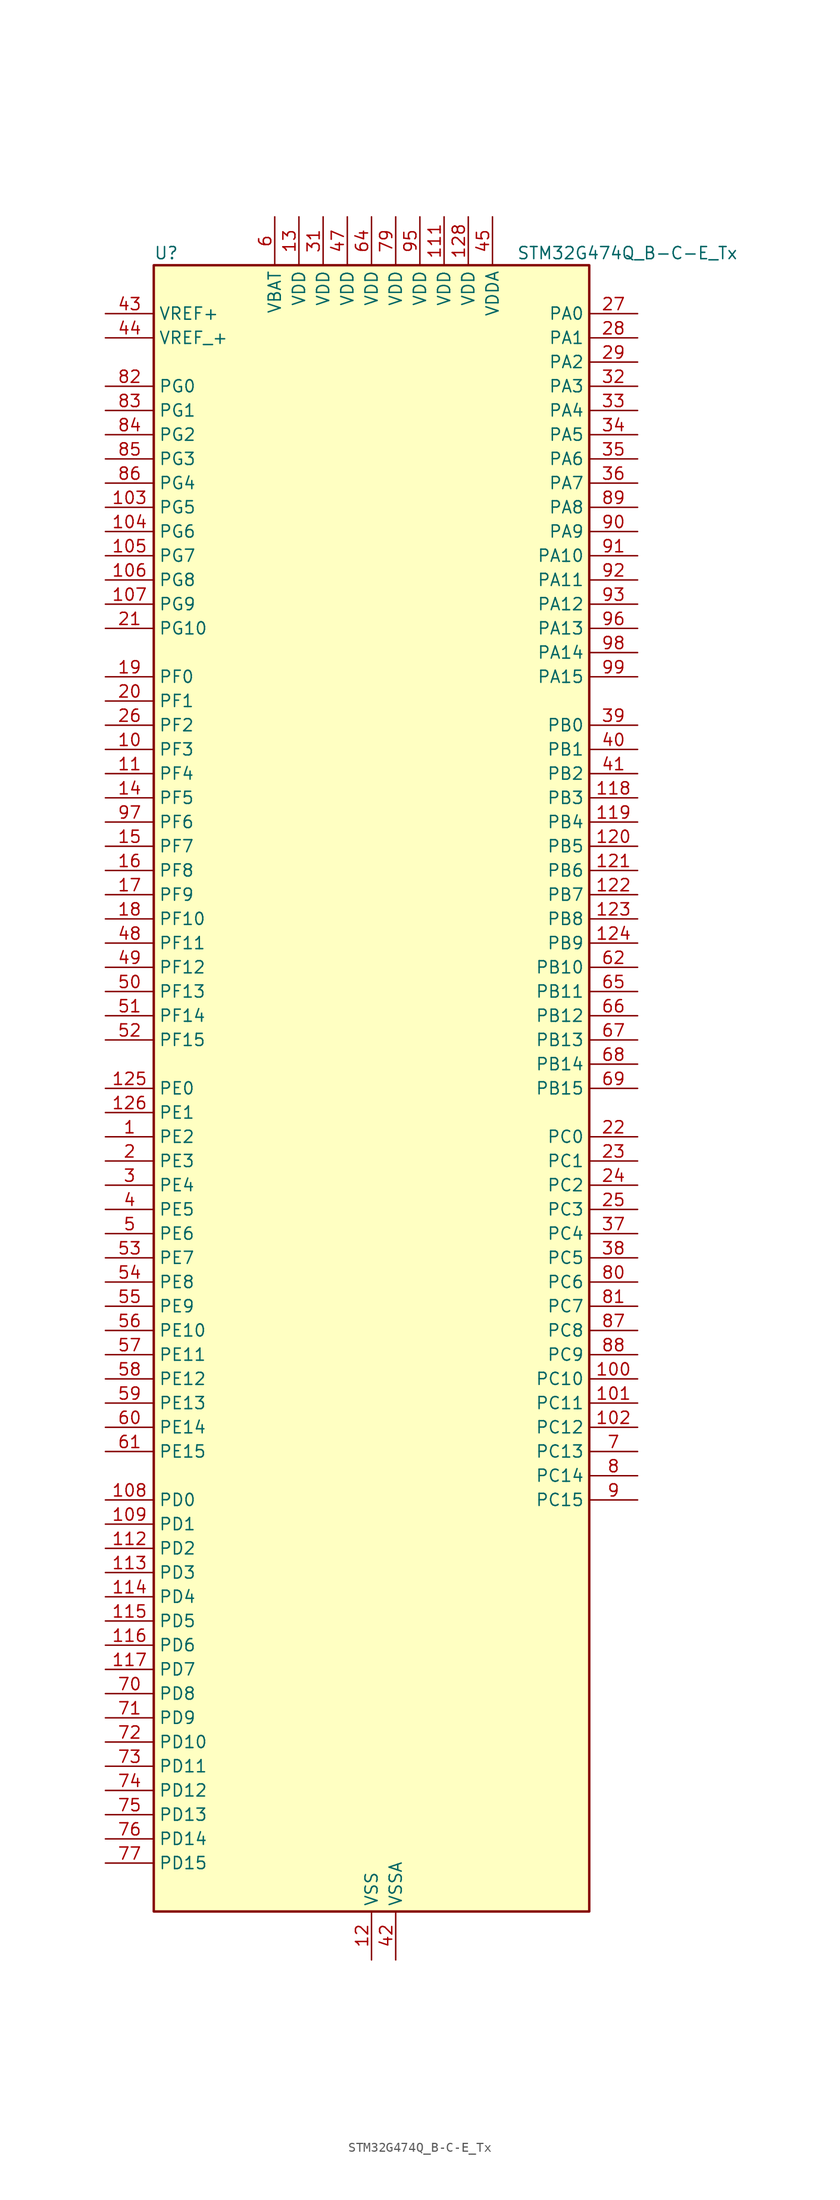
<source format=kicad_sym>
(kicad_symbol_lib
  (version 20241209)
  (generator "kicad_symbol_editor")
  (generator_version "9.0")
  (symbol "STM32G474Q_B-C-E_Tx"
    (property "Reference" "U"
      (at -22.86 87.63 0)
      (effects (font (size 1.27 1.27)) (justify left)))
    (property "Value" "STM32G474Q_B-C-E_Tx"
      (at 15.24 87.63 0)
      (effects (font (size 1.27 1.27)) (justify left)))
    (symbol "STM32G474Q_B-C-E_Tx_0_1"
      (rectangle (start -22.86 -86.36) (end 22.86 86.36) (stroke (width 0.254) (type default)) (fill (type background))))
    (symbol "STM32G474Q_B-C-E_Tx_1_1"
      (pin input line (at -27.94 81.28 0) (length 5.08) (name "VREF+" (effects (font (size 1.27 1.27)))) (number "43" (effects (font (size 1.27 1.27)))) (alternate "VREFBUF_OUT1" bidirectional line))
      (pin input line (at -27.94 78.74 0) (length 5.08) (name "VREF_+" (effects (font (size 1.27 1.27)))) (number "44" (effects (font (size 1.27 1.27)))) (alternate "VREFBUF_OUT2" bidirectional line))
      (pin bidirectional line (at -27.94 73.66 0) (length 5.08) (name "PG0" (effects (font (size 1.27 1.27)))) (number "82" (effects (font (size 1.27 1.27)))) (alternate "FMC_A10" bidirectional line) (alternate "TIM20_CH1N" bidirectional line))
      (pin bidirectional line (at -27.94 71.12 0) (length 5.08) (name "PG1" (effects (font (size 1.27 1.27)))) (number "83" (effects (font (size 1.27 1.27)))) (alternate "FMC_A11" bidirectional line) (alternate "TIM20_CH2N" bidirectional line))
      (pin bidirectional line (at -27.94 68.58 0) (length 5.08) (name "PG2" (effects (font (size 1.27 1.27)))) (number "84" (effects (font (size 1.27 1.27)))) (alternate "ADC3_EXTI2" bidirectional line) (alternate "ADC4_EXTI2" bidirectional line) (alternate "ADC5_EXTI2" bidirectional line) (alternate "FMC_A12" bidirectional line) (alternate "SPI1_SCK" bidirectional line) (alternate "TIM20_CH3N" bidirectional line))
      (pin bidirectional line (at -27.94 66.04 0) (length 5.08) (name "PG3" (effects (font (size 1.27 1.27)))) (number "85" (effects (font (size 1.27 1.27)))) (alternate "ADC3_EXTI3" bidirectional line) (alternate "ADC4_EXTI3" bidirectional line) (alternate "ADC5_EXTI3" bidirectional line) (alternate "FMC_A13" bidirectional line) (alternate "I2C4_SCL" bidirectional line) (alternate "SPI1_MISO" bidirectional line) (alternate "TIM20_BKIN" bidirectional line) (alternate "TIM20_CH4N" bidirectional line))
      (pin bidirectional line (at -27.94 63.5 0) (length 5.08) (name "PG4" (effects (font (size 1.27 1.27)))) (number "86" (effects (font (size 1.27 1.27)))) (alternate "FMC_A14" bidirectional line) (alternate "I2C4_SDA" bidirectional line) (alternate "SPI1_MOSI" bidirectional line) (alternate "TIM20_BKIN2" bidirectional line))
      (pin bidirectional line (at -27.94 60.96 0) (length 5.08) (name "PG5" (effects (font (size 1.27 1.27)))) (number "103" (effects (font (size 1.27 1.27)))) (alternate "FMC_A15" bidirectional line) (alternate "LPUART1_CTS" bidirectional line) (alternate "SPI1_NSS" bidirectional line) (alternate "TIM20_ETR" bidirectional line))
      (pin bidirectional line (at -27.94 58.42 0) (length 5.08) (name "PG6" (effects (font (size 1.27 1.27)))) (number "104" (effects (font (size 1.27 1.27)))) (alternate "FMC_INT" bidirectional line) (alternate "I2C3_SMBA" bidirectional line) (alternate "LPUART1_DE" bidirectional line) (alternate "LPUART1_RTS" bidirectional line) (alternate "TIM20_BKIN" bidirectional line))
      (pin bidirectional line (at -27.94 55.88 0) (length 5.08) (name "PG7" (effects (font (size 1.27 1.27)))) (number "105" (effects (font (size 1.27 1.27)))) (alternate "FMC_INT" bidirectional line) (alternate "I2C3_SCL" bidirectional line) (alternate "LPUART1_TX" bidirectional line) (alternate "SAI1_CK1" bidirectional line) (alternate "SAI1_MCLK_A" bidirectional line))
      (pin bidirectional line (at -27.94 53.34 0) (length 5.08) (name "PG8" (effects (font (size 1.27 1.27)))) (number "106" (effects (font (size 1.27 1.27)))) (alternate "FMC_NE3" bidirectional line) (alternate "I2C3_SDA" bidirectional line) (alternate "LPUART1_RX" bidirectional line))
      (pin bidirectional line (at -27.94 50.8 0) (length 5.08) (name "PG9" (effects (font (size 1.27 1.27)))) (number "107" (effects (font (size 1.27 1.27)))) (alternate "DAC1_EXTI9" bidirectional line) (alternate "DAC2_EXTI9" bidirectional line) (alternate "DAC3_EXTI9" bidirectional line) (alternate "DAC4_EXTI9" bidirectional line) (alternate "FMC_NCE" bidirectional line) (alternate "FMC_NE2" bidirectional line) (alternate "SPI3_SCK" bidirectional line) (alternate "TIM15_CH1N" bidirectional line) (alternate "USART1_TX" bidirectional line))
      (pin bidirectional line (at -27.94 48.26 0) (length 5.08) (name "PG10" (effects (font (size 1.27 1.27)))) (number "21" (effects (font (size 1.27 1.27)))) (alternate "DAC1_EXTI10" bidirectional line) (alternate "DAC2_EXTI10" bidirectional line) (alternate "DAC3_EXTI10" bidirectional line) (alternate "DAC4_EXTI10" bidirectional line) (alternate "RCC_MCO" bidirectional line))
      (pin bidirectional line (at -27.94 43.18 0) (length 5.08) (name "PF0" (effects (font (size 1.27 1.27)))) (number "19" (effects (font (size 1.27 1.27)))) (alternate "ADC1_IN10" bidirectional line) (alternate "I2C2_SDA" bidirectional line) (alternate "I2S2_WS" bidirectional line) (alternate "RCC_OSC_IN" bidirectional line) (alternate "SPI2_NSS" bidirectional line) (alternate "TIM1_CH3N" bidirectional line))
      (pin bidirectional line (at -27.94 40.64 0) (length 5.08) (name "PF1" (effects (font (size 1.27 1.27)))) (number "20" (effects (font (size 1.27 1.27)))) (alternate "ADC2_IN10" bidirectional line) (alternate "COMP3_INM" bidirectional line) (alternate "I2S2_CK" bidirectional line) (alternate "RCC_OSC_OUT" bidirectional line) (alternate "SPI2_SCK" bidirectional line))
      (pin bidirectional line (at -27.94 38.1 0) (length 5.08) (name "PF2" (effects (font (size 1.27 1.27)))) (number "26" (effects (font (size 1.27 1.27)))) (alternate "ADC3_EXTI2" bidirectional line) (alternate "ADC4_EXTI2" bidirectional line) (alternate "ADC5_EXTI2" bidirectional line) (alternate "FMC_A2" bidirectional line) (alternate "I2C2_SMBA" bidirectional line) (alternate "TIM20_CH3" bidirectional line))
      (pin bidirectional line (at -27.94 35.56 0) (length 5.08) (name "PF3" (effects (font (size 1.27 1.27)))) (number "10" (effects (font (size 1.27 1.27)))) (alternate "ADC3_EXTI3" bidirectional line) (alternate "ADC4_EXTI3" bidirectional line) (alternate "ADC5_EXTI3" bidirectional line) (alternate "FMC_A3" bidirectional line) (alternate "I2C3_SCL" bidirectional line) (alternate "TIM20_CH4" bidirectional line))
      (pin bidirectional line (at -27.94 33.02 0) (length 5.08) (name "PF4" (effects (font (size 1.27 1.27)))) (number "11" (effects (font (size 1.27 1.27)))) (alternate "COMP1_OUT" bidirectional line) (alternate "FMC_A4" bidirectional line) (alternate "I2C3_SDA" bidirectional line) (alternate "TIM20_CH1N" bidirectional line))
      (pin bidirectional line (at -27.94 30.48 0) (length 5.08) (name "PF5" (effects (font (size 1.27 1.27)))) (number "14" (effects (font (size 1.27 1.27)))) (alternate "FMC_A5" bidirectional line) (alternate "TIM20_CH2N" bidirectional line))
      (pin bidirectional line (at -27.94 27.94 0) (length 5.08) (name "PF6" (effects (font (size 1.27 1.27)))) (number "97" (effects (font (size 1.27 1.27)))) (alternate "I2C2_SCL" bidirectional line) (alternate "QUADSPI1_BK1_IO3" bidirectional line) (alternate "SAI1_SD_B" bidirectional line) (alternate "TIM4_CH4" bidirectional line) (alternate "TIM5_CH1" bidirectional line) (alternate "TIM5_ETR" bidirectional line) (alternate "USART3_RTS" bidirectional line))
      (pin bidirectional line (at -27.94 25.4 0) (length 5.08) (name "PF7" (effects (font (size 1.27 1.27)))) (number "15" (effects (font (size 1.27 1.27)))) (alternate "FMC_A1" bidirectional line) (alternate "QUADSPI1_BK1_IO2" bidirectional line) (alternate "SAI1_MCLK_B" bidirectional line) (alternate "TIM20_BKIN" bidirectional line) (alternate "TIM5_CH2" bidirectional line))
      (pin bidirectional line (at -27.94 22.86 0) (length 5.08) (name "PF8" (effects (font (size 1.27 1.27)))) (number "16" (effects (font (size 1.27 1.27)))) (alternate "FMC_A24" bidirectional line) (alternate "QUADSPI1_BK1_IO0" bidirectional line) (alternate "SAI1_SCK_B" bidirectional line) (alternate "TIM20_BKIN2" bidirectional line) (alternate "TIM5_CH3" bidirectional line))
      (pin bidirectional line (at -27.94 20.32 0) (length 5.08) (name "PF9" (effects (font (size 1.27 1.27)))) (number "17" (effects (font (size 1.27 1.27)))) (alternate "DAC1_EXTI9" bidirectional line) (alternate "DAC2_EXTI9" bidirectional line) (alternate "DAC3_EXTI9" bidirectional line) (alternate "DAC4_EXTI9" bidirectional line) (alternate "FMC_A25" bidirectional line) (alternate "QUADSPI1_BK1_IO1" bidirectional line) (alternate "SAI1_FS_B" bidirectional line) (alternate "SPI2_SCK" bidirectional line) (alternate "TIM15_CH1" bidirectional line) (alternate "TIM20_BKIN" bidirectional line) (alternate "TIM5_CH4" bidirectional line))
      (pin bidirectional line (at -27.94 17.78 0) (length 5.08) (name "PF10" (effects (font (size 1.27 1.27)))) (number "18" (effects (font (size 1.27 1.27)))) (alternate "DAC1_EXTI10" bidirectional line) (alternate "DAC2_EXTI10" bidirectional line) (alternate "DAC3_EXTI10" bidirectional line) (alternate "DAC4_EXTI10" bidirectional line) (alternate "FMC_A0" bidirectional line) (alternate "QUADSPI1_CLK" bidirectional line) (alternate "SAI1_D3" bidirectional line) (alternate "SPI2_SCK" bidirectional line) (alternate "TIM15_CH2" bidirectional line) (alternate "TIM20_BKIN2" bidirectional line))
      (pin bidirectional line (at -27.94 15.24 0) (length 5.08) (name "PF11" (effects (font (size 1.27 1.27)))) (number "48" (effects (font (size 1.27 1.27)))) (alternate "ADC1_EXTI11" bidirectional line) (alternate "ADC2_EXTI11" bidirectional line) (alternate "FMC_NE4" bidirectional line) (alternate "TIM20_ETR" bidirectional line))
      (pin bidirectional line (at -27.94 12.7 0) (length 5.08) (name "PF12" (effects (font (size 1.27 1.27)))) (number "49" (effects (font (size 1.27 1.27)))) (alternate "FMC_A6" bidirectional line) (alternate "TIM20_CH1" bidirectional line))
      (pin bidirectional line (at -27.94 10.16 0) (length 5.08) (name "PF13" (effects (font (size 1.27 1.27)))) (number "50" (effects (font (size 1.27 1.27)))) (alternate "FMC_A7" bidirectional line) (alternate "I2C4_SMBA" bidirectional line) (alternate "TIM20_CH2" bidirectional line))
      (pin bidirectional line (at -27.94 7.62 0) (length 5.08) (name "PF14" (effects (font (size 1.27 1.27)))) (number "51" (effects (font (size 1.27 1.27)))) (alternate "FMC_A8" bidirectional line) (alternate "I2C4_SCL" bidirectional line) (alternate "TIM20_CH3" bidirectional line))
      (pin bidirectional line (at -27.94 5.08 0) (length 5.08) (name "PF15" (effects (font (size 1.27 1.27)))) (number "52" (effects (font (size 1.27 1.27)))) (alternate "ADC1_EXTI15" bidirectional line) (alternate "ADC2_EXTI15" bidirectional line) (alternate "FMC_A9" bidirectional line) (alternate "I2C4_SDA" bidirectional line) (alternate "TIM20_CH4" bidirectional line))
      (pin bidirectional line (at -27.94 0 0) (length 5.08) (name "PE0" (effects (font (size 1.27 1.27)))) (number "125" (effects (font (size 1.27 1.27)))) (alternate "FMC_NBL0" bidirectional line) (alternate "TIM16_CH1" bidirectional line) (alternate "TIM20_CH4N" bidirectional line) (alternate "TIM20_ETR" bidirectional line) (alternate "TIM4_ETR" bidirectional line) (alternate "USART1_TX" bidirectional line))
      (pin bidirectional line (at -27.94 -2.54 0) (length 5.08) (name "PE1" (effects (font (size 1.27 1.27)))) (number "126" (effects (font (size 1.27 1.27)))) (alternate "FMC_NBL1" bidirectional line) (alternate "TIM17_CH1" bidirectional line) (alternate "TIM20_CH4" bidirectional line) (alternate "USART1_RX" bidirectional line))
      (pin bidirectional line (at -27.94 -5.08 0) (length 5.08) (name "PE2" (effects (font (size 1.27 1.27)))) (number "1" (effects (font (size 1.27 1.27)))) (alternate "ADC3_EXTI2" bidirectional line) (alternate "ADC4_EXTI2" bidirectional line) (alternate "ADC5_EXTI2" bidirectional line) (alternate "FMC_A23" bidirectional line) (alternate "SAI1_CK1" bidirectional line) (alternate "SAI1_MCLK_A" bidirectional line) (alternate "SPI4_SCK" bidirectional line) (alternate "SYS_TRACECLK" bidirectional line) (alternate "TIM20_CH1" bidirectional line) (alternate "TIM3_CH1" bidirectional line))
      (pin bidirectional line (at -27.94 -7.62 0) (length 5.08) (name "PE3" (effects (font (size 1.27 1.27)))) (number "2" (effects (font (size 1.27 1.27)))) (alternate "ADC3_EXTI3" bidirectional line) (alternate "ADC4_EXTI3" bidirectional line) (alternate "ADC5_EXTI3" bidirectional line) (alternate "FMC_A19" bidirectional line) (alternate "SAI1_SD_B" bidirectional line) (alternate "SPI4_NSS" bidirectional line) (alternate "SYS_TRACED0" bidirectional line) (alternate "TIM20_CH2" bidirectional line) (alternate "TIM3_CH2" bidirectional line))
      (pin bidirectional line (at -27.94 -10.16 0) (length 5.08) (name "PE4" (effects (font (size 1.27 1.27)))) (number "3" (effects (font (size 1.27 1.27)))) (alternate "FMC_A20" bidirectional line) (alternate "SAI1_D2" bidirectional line) (alternate "SAI1_FS_A" bidirectional line) (alternate "SPI4_NSS" bidirectional line) (alternate "SYS_TRACED1" bidirectional line) (alternate "TIM20_CH1N" bidirectional line) (alternate "TIM3_CH3" bidirectional line))
      (pin bidirectional line (at -27.94 -12.7 0) (length 5.08) (name "PE5" (effects (font (size 1.27 1.27)))) (number "4" (effects (font (size 1.27 1.27)))) (alternate "FMC_A21" bidirectional line) (alternate "SAI1_CK2" bidirectional line) (alternate "SAI1_SCK_A" bidirectional line) (alternate "SPI4_MISO" bidirectional line) (alternate "SYS_TRACED2" bidirectional line) (alternate "TIM20_CH2N" bidirectional line) (alternate "TIM3_CH4" bidirectional line))
      (pin bidirectional line (at -27.94 -15.24 0) (length 5.08) (name "PE6" (effects (font (size 1.27 1.27)))) (number "5" (effects (font (size 1.27 1.27)))) (alternate "FMC_A22" bidirectional line) (alternate "RTC_TAMP3" bidirectional line) (alternate "SAI1_D1" bidirectional line) (alternate "SAI1_SD_A" bidirectional line) (alternate "SPI4_MOSI" bidirectional line) (alternate "SYS_TRACED3" bidirectional line) (alternate "SYS_WKUP3" bidirectional line) (alternate "TIM20_CH3N" bidirectional line))
      (pin bidirectional line (at -27.94 -17.78 0) (length 5.08) (name "PE7" (effects (font (size 1.27 1.27)))) (number "53" (effects (font (size 1.27 1.27)))) (alternate "ADC3_IN4" bidirectional line) (alternate "COMP4_INP" bidirectional line) (alternate "FMC_D4" bidirectional line) (alternate "FMC_DA4" bidirectional line) (alternate "SAI1_SD_B" bidirectional line) (alternate "TIM1_ETR" bidirectional line))
      (pin bidirectional line (at -27.94 -20.32 0) (length 5.08) (name "PE8" (effects (font (size 1.27 1.27)))) (number "54" (effects (font (size 1.27 1.27)))) (alternate "ADC3_IN6" bidirectional line) (alternate "ADC4_IN6" bidirectional line) (alternate "ADC5_IN6" bidirectional line) (alternate "COMP4_INM" bidirectional line) (alternate "FMC_D5" bidirectional line) (alternate "FMC_DA5" bidirectional line) (alternate "SAI1_SCK_B" bidirectional line) (alternate "TIM1_CH1N" bidirectional line) (alternate "TIM5_CH3" bidirectional line))
      (pin bidirectional line (at -27.94 -22.86 0) (length 5.08) (name "PE9" (effects (font (size 1.27 1.27)))) (number "55" (effects (font (size 1.27 1.27)))) (alternate "ADC3_IN2" bidirectional line) (alternate "DAC1_EXTI9" bidirectional line) (alternate "DAC2_EXTI9" bidirectional line) (alternate "DAC3_EXTI9" bidirectional line) (alternate "DAC4_EXTI9" bidirectional line) (alternate "FMC_D6" bidirectional line) (alternate "FMC_DA6" bidirectional line) (alternate "SAI1_FS_B" bidirectional line) (alternate "TIM1_CH1" bidirectional line) (alternate "TIM5_CH4" bidirectional line))
      (pin bidirectional line (at -27.94 -25.4 0) (length 5.08) (name "PE10" (effects (font (size 1.27 1.27)))) (number "56" (effects (font (size 1.27 1.27)))) (alternate "ADC3_IN14" bidirectional line) (alternate "ADC4_IN14" bidirectional line) (alternate "ADC5_IN14" bidirectional line) (alternate "DAC1_EXTI10" bidirectional line) (alternate "DAC2_EXTI10" bidirectional line) (alternate "DAC3_EXTI10" bidirectional line) (alternate "DAC4_EXTI10" bidirectional line) (alternate "FMC_D7" bidirectional line) (alternate "FMC_DA7" bidirectional line) (alternate "QUADSPI1_CLK" bidirectional line) (alternate "SAI1_MCLK_B" bidirectional line) (alternate "TIM1_CH2N" bidirectional line))
      (pin bidirectional line (at -27.94 -27.94 0) (length 5.08) (name "PE11" (effects (font (size 1.27 1.27)))) (number "57" (effects (font (size 1.27 1.27)))) (alternate "ADC1_EXTI11" bidirectional line) (alternate "ADC2_EXTI11" bidirectional line) (alternate "ADC3_IN15" bidirectional line) (alternate "ADC4_IN15" bidirectional line) (alternate "ADC5_IN15" bidirectional line) (alternate "FMC_D8" bidirectional line) (alternate "FMC_DA8" bidirectional line) (alternate "QUADSPI1_BK1_NCS" bidirectional line) (alternate "SPI4_NSS" bidirectional line) (alternate "TIM1_CH2" bidirectional line))
      (pin bidirectional line (at -27.94 -30.48 0) (length 5.08) (name "PE12" (effects (font (size 1.27 1.27)))) (number "58" (effects (font (size 1.27 1.27)))) (alternate "ADC3_IN16" bidirectional line) (alternate "ADC4_IN16" bidirectional line) (alternate "ADC5_IN16" bidirectional line) (alternate "FMC_D9" bidirectional line) (alternate "FMC_DA9" bidirectional line) (alternate "QUADSPI1_BK1_IO0" bidirectional line) (alternate "SPI4_SCK" bidirectional line) (alternate "TIM1_CH3N" bidirectional line))
      (pin bidirectional line (at -27.94 -33.02 0) (length 5.08) (name "PE13" (effects (font (size 1.27 1.27)))) (number "59" (effects (font (size 1.27 1.27)))) (alternate "ADC3_IN3" bidirectional line) (alternate "FMC_D10" bidirectional line) (alternate "FMC_DA10" bidirectional line) (alternate "QUADSPI1_BK1_IO1" bidirectional line) (alternate "SPI4_MISO" bidirectional line) (alternate "TIM1_CH3" bidirectional line))
      (pin bidirectional line (at -27.94 -35.56 0) (length 5.08) (name "PE14" (effects (font (size 1.27 1.27)))) (number "60" (effects (font (size 1.27 1.27)))) (alternate "ADC4_IN1" bidirectional line) (alternate "FMC_D11" bidirectional line) (alternate "FMC_DA11" bidirectional line) (alternate "QUADSPI1_BK1_IO2" bidirectional line) (alternate "SPI4_MOSI" bidirectional line) (alternate "TIM1_BKIN2" bidirectional line) (alternate "TIM1_CH4" bidirectional line))
      (pin bidirectional line (at -27.94 -38.1 0) (length 5.08) (name "PE15" (effects (font (size 1.27 1.27)))) (number "61" (effects (font (size 1.27 1.27)))) (alternate "ADC1_EXTI15" bidirectional line) (alternate "ADC2_EXTI15" bidirectional line) (alternate "ADC4_IN2" bidirectional line) (alternate "FMC_D12" bidirectional line) (alternate "FMC_DA12" bidirectional line) (alternate "QUADSPI1_BK1_IO3" bidirectional line) (alternate "TIM1_BKIN" bidirectional line) (alternate "TIM1_CH4N" bidirectional line) (alternate "USART3_RX" bidirectional line))
      (pin bidirectional line (at -27.94 -43.18 0) (length 5.08) (name "PD0" (effects (font (size 1.27 1.27)))) (number "108" (effects (font (size 1.27 1.27)))) (alternate "FDCAN1_RX" bidirectional line) (alternate "FMC_D2" bidirectional line) (alternate "FMC_DA2" bidirectional line) (alternate "TIM8_CH4N" bidirectional line))
      (pin bidirectional line (at -27.94 -45.72 0) (length 5.08) (name "PD1" (effects (font (size 1.27 1.27)))) (number "109" (effects (font (size 1.27 1.27)))) (alternate "FDCAN1_TX" bidirectional line) (alternate "FMC_D3" bidirectional line) (alternate "FMC_DA3" bidirectional line) (alternate "TIM8_BKIN2" bidirectional line) (alternate "TIM8_CH4" bidirectional line))
      (pin bidirectional line (at -27.94 -48.26 0) (length 5.08) (name "PD2" (effects (font (size 1.27 1.27)))) (number "112" (effects (font (size 1.27 1.27)))) (alternate "ADC3_EXTI2" bidirectional line) (alternate "ADC4_EXTI2" bidirectional line) (alternate "ADC5_EXTI2" bidirectional line) (alternate "TIM3_ETR" bidirectional line) (alternate "TIM8_BKIN" bidirectional line) (alternate "UART5_RX" bidirectional line))
      (pin bidirectional line (at -27.94 -50.8 0) (length 5.08) (name "PD3" (effects (font (size 1.27 1.27)))) (number "113" (effects (font (size 1.27 1.27)))) (alternate "ADC3_EXTI3" bidirectional line) (alternate "ADC4_EXTI3" bidirectional line) (alternate "ADC5_EXTI3" bidirectional line) (alternate "FMC_CLK" bidirectional line) (alternate "QUADSPI1_BK2_NCS" bidirectional line) (alternate "TIM2_CH1" bidirectional line) (alternate "TIM2_ETR" bidirectional line) (alternate "USART2_CTS" bidirectional line) (alternate "USART2_NSS" bidirectional line))
      (pin bidirectional line (at -27.94 -53.34 0) (length 5.08) (name "PD4" (effects (font (size 1.27 1.27)))) (number "114" (effects (font (size 1.27 1.27)))) (alternate "FMC_NOE" bidirectional line) (alternate "QUADSPI1_BK2_IO0" bidirectional line) (alternate "TIM2_CH2" bidirectional line) (alternate "USART2_DE" bidirectional line) (alternate "USART2_RTS" bidirectional line))
      (pin bidirectional line (at -27.94 -55.88 0) (length 5.08) (name "PD5" (effects (font (size 1.27 1.27)))) (number "115" (effects (font (size 1.27 1.27)))) (alternate "FMC_NWE" bidirectional line) (alternate "QUADSPI1_BK2_IO1" bidirectional line) (alternate "USART2_TX" bidirectional line))
      (pin bidirectional line (at -27.94 -58.42 0) (length 5.08) (name "PD6" (effects (font (size 1.27 1.27)))) (number "116" (effects (font (size 1.27 1.27)))) (alternate "FMC_NWAIT" bidirectional line) (alternate "QUADSPI1_BK2_IO2" bidirectional line) (alternate "SAI1_D1" bidirectional line) (alternate "SAI1_SD_A" bidirectional line) (alternate "TIM2_CH4" bidirectional line) (alternate "USART2_RX" bidirectional line))
      (pin bidirectional line (at -27.94 -60.96 0) (length 5.08) (name "PD7" (effects (font (size 1.27 1.27)))) (number "117" (effects (font (size 1.27 1.27)))) (alternate "FMC_NCE" bidirectional line) (alternate "FMC_NE1" bidirectional line) (alternate "QUADSPI1_BK2_IO3" bidirectional line) (alternate "TIM2_CH3" bidirectional line) (alternate "USART2_CK" bidirectional line))
      (pin bidirectional line (at -27.94 -63.5 0) (length 5.08) (name "PD8" (effects (font (size 1.27 1.27)))) (number "70" (effects (font (size 1.27 1.27)))) (alternate "ADC4_IN12" bidirectional line) (alternate "ADC5_IN12" bidirectional line) (alternate "FMC_D13" bidirectional line) (alternate "FMC_DA13" bidirectional line) (alternate "OPAMP4_VINM" bidirectional line) (alternate "OPAMP4_VINM1" bidirectional line) (alternate "OPAMP4_VINM_SEC" bidirectional line) (alternate "USART3_TX" bidirectional line))
      (pin bidirectional line (at -27.94 -66.04 0) (length 5.08) (name "PD9" (effects (font (size 1.27 1.27)))) (number "71" (effects (font (size 1.27 1.27)))) (alternate "ADC4_IN13" bidirectional line) (alternate "ADC5_IN13" bidirectional line) (alternate "DAC1_EXTI9" bidirectional line) (alternate "DAC2_EXTI9" bidirectional line) (alternate "DAC3_EXTI9" bidirectional line) (alternate "DAC4_EXTI9" bidirectional line) (alternate "FMC_D14" bidirectional line) (alternate "FMC_DA14" bidirectional line) (alternate "OPAMP6_VINP" bidirectional line) (alternate "OPAMP6_VINP_SEC" bidirectional line) (alternate "USART3_RX" bidirectional line))
      (pin bidirectional line (at -27.94 -68.58 0) (length 5.08) (name "PD10" (effects (font (size 1.27 1.27)))) (number "72" (effects (font (size 1.27 1.27)))) (alternate "ADC3_IN7" bidirectional line) (alternate "ADC4_IN7" bidirectional line) (alternate "ADC5_IN7" bidirectional line) (alternate "COMP6_INM" bidirectional line) (alternate "DAC1_EXTI10" bidirectional line) (alternate "DAC2_EXTI10" bidirectional line) (alternate "DAC3_EXTI10" bidirectional line) (alternate "DAC4_EXTI10" bidirectional line) (alternate "FMC_D15" bidirectional line) (alternate "FMC_DA15" bidirectional line) (alternate "USART3_CK" bidirectional line))
      (pin bidirectional line (at -27.94 -71.12 0) (length 5.08) (name "PD11" (effects (font (size 1.27 1.27)))) (number "73" (effects (font (size 1.27 1.27)))) (alternate "ADC1_EXTI11" bidirectional line) (alternate "ADC2_EXTI11" bidirectional line) (alternate "ADC3_IN8" bidirectional line) (alternate "ADC4_IN8" bidirectional line) (alternate "ADC5_IN8" bidirectional line) (alternate "COMP6_INP" bidirectional line) (alternate "FMC_A16" bidirectional line) (alternate "FMC_CLE" bidirectional line) (alternate "I2C4_SMBA" bidirectional line) (alternate "OPAMP4_VINP" bidirectional line) (alternate "OPAMP4_VINP_SEC" bidirectional line) (alternate "TIM5_ETR" bidirectional line) (alternate "USART3_CTS" bidirectional line) (alternate "USART3_NSS" bidirectional line))
      (pin bidirectional line (at -27.94 -73.66 0) (length 5.08) (name "PD12" (effects (font (size 1.27 1.27)))) (number "74" (effects (font (size 1.27 1.27)))) (alternate "ADC3_IN9" bidirectional line) (alternate "ADC4_IN9" bidirectional line) (alternate "ADC5_IN9" bidirectional line) (alternate "COMP5_INP" bidirectional line) (alternate "FMC_A17" bidirectional line) (alternate "FMC_ALE" bidirectional line) (alternate "OPAMP5_VINP" bidirectional line) (alternate "OPAMP5_VINP_SEC" bidirectional line) (alternate "TIM4_CH1" bidirectional line) (alternate "USART3_DE" bidirectional line) (alternate "USART3_RTS" bidirectional line))
      (pin bidirectional line (at -27.94 -76.2 0) (length 5.08) (name "PD13" (effects (font (size 1.27 1.27)))) (number "75" (effects (font (size 1.27 1.27)))) (alternate "ADC3_IN10" bidirectional line) (alternate "ADC4_IN10" bidirectional line) (alternate "ADC5_IN10" bidirectional line) (alternate "COMP5_INM" bidirectional line) (alternate "FMC_A18" bidirectional line) (alternate "TIM4_CH2" bidirectional line))
      (pin bidirectional line (at -27.94 -78.74 0) (length 5.08) (name "PD14" (effects (font (size 1.27 1.27)))) (number "76" (effects (font (size 1.27 1.27)))) (alternate "ADC3_IN11" bidirectional line) (alternate "ADC4_IN11" bidirectional line) (alternate "ADC5_IN11" bidirectional line) (alternate "COMP7_INP" bidirectional line) (alternate "FMC_D0" bidirectional line) (alternate "FMC_DA0" bidirectional line) (alternate "OPAMP2_VINP" bidirectional line) (alternate "OPAMP2_VINP_SEC" bidirectional line) (alternate "TIM4_CH3" bidirectional line))
      (pin bidirectional line (at -27.94 -81.28 0) (length 5.08) (name "PD15" (effects (font (size 1.27 1.27)))) (number "77" (effects (font (size 1.27 1.27)))) (alternate "ADC1_EXTI15" bidirectional line) (alternate "ADC2_EXTI15" bidirectional line) (alternate "COMP7_INM" bidirectional line) (alternate "FMC_D1" bidirectional line) (alternate "FMC_DA1" bidirectional line) (alternate "SPI2_NSS" bidirectional line) (alternate "TIM4_CH4" bidirectional line))
      (pin power_in line (at -10.16 91.44 270) (length 5.08) (name "VBAT" (effects (font (size 1.27 1.27)))) (number "6" (effects (font (size 1.27 1.27)))))
      (pin power_in line (at -7.62 91.44 270) (length 5.08) (name "VDD" (effects (font (size 1.27 1.27)))) (number "13" (effects (font (size 1.27 1.27)))))
      (pin power_in line (at -5.08 91.44 270) (length 5.08) (name "VDD" (effects (font (size 1.27 1.27)))) (number "31" (effects (font (size 1.27 1.27)))))
      (pin power_in line (at -2.54 91.44 270) (length 5.08) (name "VDD" (effects (font (size 1.27 1.27)))) (number "47" (effects (font (size 1.27 1.27)))))
      (pin power_in line (at 0 91.44 270) (length 5.08) (name "VDD" (effects (font (size 1.27 1.27)))) (number "64" (effects (font (size 1.27 1.27)))))
      (pin passive line (at 0 -91.44 90) (length 5.08) (hide yes) (name "VSS" (effects (font (size 1.27 1.27)))) (number "110" (effects (font (size 1.27 1.27)))))
      (pin power_in line (at 0 -91.44 90) (length 5.08) (name "VSS" (effects (font (size 1.27 1.27)))) (number "12" (effects (font (size 1.27 1.27)))))
      (pin passive line (at 0 -91.44 90) (length 5.08) (hide yes) (name "VSS" (effects (font (size 1.27 1.27)))) (number "127" (effects (font (size 1.27 1.27)))))
      (pin passive line (at 0 -91.44 90) (length 5.08) (hide yes) (name "VSS" (effects (font (size 1.27 1.27)))) (number "30" (effects (font (size 1.27 1.27)))))
      (pin passive line (at 0 -91.44 90) (length 5.08) (hide yes) (name "VSS" (effects (font (size 1.27 1.27)))) (number "46" (effects (font (size 1.27 1.27)))))
      (pin passive line (at 0 -91.44 90) (length 5.08) (hide yes) (name "VSS" (effects (font (size 1.27 1.27)))) (number "63" (effects (font (size 1.27 1.27)))))
      (pin passive line (at 0 -91.44 90) (length 5.08) (hide yes) (name "VSS" (effects (font (size 1.27 1.27)))) (number "78" (effects (font (size 1.27 1.27)))))
      (pin passive line (at 0 -91.44 90) (length 5.08) (hide yes) (name "VSS" (effects (font (size 1.27 1.27)))) (number "94" (effects (font (size 1.27 1.27)))))
      (pin power_in line (at 2.54 91.44 270) (length 5.08) (name "VDD" (effects (font (size 1.27 1.27)))) (number "79" (effects (font (size 1.27 1.27)))))
      (pin power_in line (at 2.54 -91.44 90) (length 5.08) (name "VSSA" (effects (font (size 1.27 1.27)))) (number "42" (effects (font (size 1.27 1.27)))))
      (pin power_in line (at 5.08 91.44 270) (length 5.08) (name "VDD" (effects (font (size 1.27 1.27)))) (number "95" (effects (font (size 1.27 1.27)))))
      (pin power_in line (at 7.62 91.44 270) (length 5.08) (name "VDD" (effects (font (size 1.27 1.27)))) (number "111" (effects (font (size 1.27 1.27)))))
      (pin power_in line (at 10.16 91.44 270) (length 5.08) (name "VDD" (effects (font (size 1.27 1.27)))) (number "128" (effects (font (size 1.27 1.27)))))
      (pin power_in line (at 12.7 91.44 270) (length 5.08) (name "VDDA" (effects (font (size 1.27 1.27)))) (number "45" (effects (font (size 1.27 1.27)))))
      (pin bidirectional line (at 27.94 81.28 180) (length 5.08) (name "PA0" (effects (font (size 1.27 1.27)))) (number "27" (effects (font (size 1.27 1.27)))) (alternate "ADC1_IN1" bidirectional line) (alternate "ADC2_IN1" bidirectional line) (alternate "COMP1_INM" bidirectional line) (alternate "COMP1_OUT" bidirectional line) (alternate "COMP3_INP" bidirectional line) (alternate "RTC_TAMP2" bidirectional line) (alternate "SYS_WKUP1" bidirectional line) (alternate "TIM2_CH1" bidirectional line) (alternate "TIM2_ETR" bidirectional line) (alternate "TIM5_CH1" bidirectional line) (alternate "TIM8_BKIN" bidirectional line) (alternate "TIM8_ETR" bidirectional line) (alternate "USART2_CTS" bidirectional line) (alternate "USART2_NSS" bidirectional line))
      (pin bidirectional line (at 27.94 78.74 180) (length 5.08) (name "PA1" (effects (font (size 1.27 1.27)))) (number "28" (effects (font (size 1.27 1.27)))) (alternate "ADC1_IN2" bidirectional line) (alternate "ADC2_IN2" bidirectional line) (alternate "COMP1_INP" bidirectional line) (alternate "OPAMP1_VINP" bidirectional line) (alternate "OPAMP1_VINP_SEC" bidirectional line) (alternate "OPAMP3_VINP" bidirectional line) (alternate "OPAMP3_VINP_SEC" bidirectional line) (alternate "OPAMP6_VINM" bidirectional line) (alternate "OPAMP6_VINM0" bidirectional line) (alternate "OPAMP6_VINM_SEC" bidirectional line) (alternate "RTC_REFIN" bidirectional line) (alternate "TIM15_CH1N" bidirectional line) (alternate "TIM2_CH2" bidirectional line) (alternate "TIM5_CH2" bidirectional line) (alternate "USART2_DE" bidirectional line) (alternate "USART2_RTS" bidirectional line))
      (pin bidirectional line (at 27.94 76.2 180) (length 5.08) (name "PA2" (effects (font (size 1.27 1.27)))) (number "29" (effects (font (size 1.27 1.27)))) (alternate "ADC1_IN3" bidirectional line) (alternate "ADC3_EXTI2" bidirectional line) (alternate "ADC4_EXTI2" bidirectional line) (alternate "ADC5_EXTI2" bidirectional line) (alternate "COMP2_INM" bidirectional line) (alternate "COMP2_OUT" bidirectional line) (alternate "LPUART1_TX" bidirectional line) (alternate "OPAMP1_VOUT" bidirectional line) (alternate "QUADSPI1_BK1_NCS" bidirectional line) (alternate "RCC_LSCO" bidirectional line) (alternate "SYS_WKUP4" bidirectional line) (alternate "TIM15_CH1" bidirectional line) (alternate "TIM2_CH3" bidirectional line) (alternate "TIM5_CH3" bidirectional line) (alternate "UCPD1_FRSTX1" bidirectional line) (alternate "UCPD1_FRSTX2" bidirectional line) (alternate "USART2_TX" bidirectional line))
      (pin bidirectional line (at 27.94 73.66 180) (length 5.08) (name "PA3" (effects (font (size 1.27 1.27)))) (number "32" (effects (font (size 1.27 1.27)))) (alternate "ADC1_IN4" bidirectional line) (alternate "ADC3_EXTI3" bidirectional line) (alternate "ADC4_EXTI3" bidirectional line) (alternate "ADC5_EXTI3" bidirectional line) (alternate "COMP2_INP" bidirectional line) (alternate "LPUART1_RX" bidirectional line) (alternate "OPAMP1_VINM" bidirectional line) (alternate "OPAMP1_VINM0" bidirectional line) (alternate "OPAMP1_VINM_SEC" bidirectional line) (alternate "OPAMP1_VINP" bidirectional line) (alternate "OPAMP1_VINP_SEC" bidirectional line) (alternate "OPAMP5_VINM" bidirectional line) (alternate "OPAMP5_VINM1" bidirectional line) (alternate "OPAMP5_VINM_SEC" bidirectional line) (alternate "QUADSPI1_CLK" bidirectional line) (alternate "SAI1_CK1" bidirectional line) (alternate "SAI1_MCLK_A" bidirectional line) (alternate "TIM15_CH2" bidirectional line) (alternate "TIM2_CH4" bidirectional line) (alternate "TIM5_CH4" bidirectional line) (alternate "USART2_RX" bidirectional line))
      (pin bidirectional line (at 27.94 71.12 180) (length 5.08) (name "PA4" (effects (font (size 1.27 1.27)))) (number "33" (effects (font (size 1.27 1.27)))) (alternate "ADC2_IN17" bidirectional line) (alternate "COMP1_INM" bidirectional line) (alternate "DAC1_OUT1" bidirectional line) (alternate "I2S3_WS" bidirectional line) (alternate "SAI1_FS_B" bidirectional line) (alternate "SPI1_NSS" bidirectional line) (alternate "SPI3_NSS" bidirectional line) (alternate "TIM3_CH2" bidirectional line) (alternate "USART2_CK" bidirectional line))
      (pin bidirectional line (at 27.94 68.58 180) (length 5.08) (name "PA5" (effects (font (size 1.27 1.27)))) (number "34" (effects (font (size 1.27 1.27)))) (alternate "ADC2_IN13" bidirectional line) (alternate "COMP2_INM" bidirectional line) (alternate "DAC1_OUT2" bidirectional line) (alternate "OPAMP2_VINM" bidirectional line) (alternate "OPAMP2_VINM0" bidirectional line) (alternate "OPAMP2_VINM_SEC" bidirectional line) (alternate "SPI1_SCK" bidirectional line) (alternate "TIM2_CH1" bidirectional line) (alternate "TIM2_ETR" bidirectional line) (alternate "UCPD1_FRSTX1" bidirectional line) (alternate "UCPD1_FRSTX2" bidirectional line))
      (pin bidirectional line (at 27.94 66.04 180) (length 5.08) (name "PA6" (effects (font (size 1.27 1.27)))) (number "35" (effects (font (size 1.27 1.27)))) (alternate "ADC2_IN3" bidirectional line) (alternate "COMP1_OUT" bidirectional line) (alternate "DAC2_OUT1" bidirectional line) (alternate "LPUART1_CTS" bidirectional line) (alternate "OPAMP2_VOUT" bidirectional line) (alternate "QUADSPI1_BK1_IO3" bidirectional line) (alternate "SPI1_MISO" bidirectional line) (alternate "TIM16_CH1" bidirectional line) (alternate "TIM1_BKIN" bidirectional line) (alternate "TIM3_CH1" bidirectional line) (alternate "TIM8_BKIN" bidirectional line))
      (pin bidirectional line (at 27.94 63.5 180) (length 5.08) (name "PA7" (effects (font (size 1.27 1.27)))) (number "36" (effects (font (size 1.27 1.27)))) (alternate "ADC2_IN4" bidirectional line) (alternate "COMP2_INP" bidirectional line) (alternate "COMP2_OUT" bidirectional line) (alternate "OPAMP1_VINP" bidirectional line) (alternate "OPAMP1_VINP_SEC" bidirectional line) (alternate "OPAMP2_VINP" bidirectional line) (alternate "OPAMP2_VINP_SEC" bidirectional line) (alternate "QUADSPI1_BK1_IO2" bidirectional line) (alternate "SPI1_MOSI" bidirectional line) (alternate "TIM17_CH1" bidirectional line) (alternate "TIM1_CH1N" bidirectional line) (alternate "TIM3_CH2" bidirectional line) (alternate "TIM8_CH1N" bidirectional line) (alternate "UCPD1_FRSTX1" bidirectional line) (alternate "UCPD1_FRSTX2" bidirectional line))
      (pin bidirectional line (at 27.94 60.96 180) (length 5.08) (name "PA8" (effects (font (size 1.27 1.27)))) (number "89" (effects (font (size 1.27 1.27)))) (alternate "ADC5_IN1" bidirectional line) (alternate "COMP7_OUT" bidirectional line) (alternate "FDCAN3_RX" bidirectional line) (alternate "HRTIM1_CHA1" bidirectional line) (alternate "I2C2_SDA" bidirectional line) (alternate "I2C3_SCL" bidirectional line) (alternate "I2S2_MCK" bidirectional line) (alternate "OPAMP5_VOUT" bidirectional line) (alternate "RCC_MCO" bidirectional line) (alternate "SAI1_CK2" bidirectional line) (alternate "SAI1_SCK_A" bidirectional line) (alternate "TIM1_CH1" bidirectional line) (alternate "TIM4_ETR" bidirectional line) (alternate "USART1_CK" bidirectional line))
      (pin bidirectional line (at 27.94 58.42 180) (length 5.08) (name "PA9" (effects (font (size 1.27 1.27)))) (number "90" (effects (font (size 1.27 1.27)))) (alternate "ADC5_IN2" bidirectional line) (alternate "COMP5_OUT" bidirectional line) (alternate "DAC1_EXTI9" bidirectional line) (alternate "DAC2_EXTI9" bidirectional line) (alternate "DAC3_EXTI9" bidirectional line) (alternate "DAC4_EXTI9" bidirectional line) (alternate "HRTIM1_CHA2" bidirectional line) (alternate "I2C2_SCL" bidirectional line) (alternate "I2C3_SMBA" bidirectional line) (alternate "I2S3_MCK" bidirectional line) (alternate "SAI1_FS_A" bidirectional line) (alternate "TIM15_BKIN" bidirectional line) (alternate "TIM1_CH2" bidirectional line) (alternate "TIM2_CH3" bidirectional line) (alternate "UCPD1_DBCC1" bidirectional line) (alternate "USART1_TX" bidirectional line))
      (pin bidirectional line (at 27.94 55.88 180) (length 5.08) (name "PA10" (effects (font (size 1.27 1.27)))) (number "91" (effects (font (size 1.27 1.27)))) (alternate "COMP6_OUT" bidirectional line) (alternate "CRS_SYNC" bidirectional line) (alternate "DAC1_EXTI10" bidirectional line) (alternate "DAC2_EXTI10" bidirectional line) (alternate "DAC3_EXTI10" bidirectional line) (alternate "DAC4_EXTI10" bidirectional line) (alternate "HRTIM1_CHB1" bidirectional line) (alternate "I2C2_SMBA" bidirectional line) (alternate "SAI1_D1" bidirectional line) (alternate "SAI1_SD_A" bidirectional line) (alternate "SPI2_MISO" bidirectional line) (alternate "TIM17_BKIN" bidirectional line) (alternate "TIM1_CH3" bidirectional line) (alternate "TIM2_CH4" bidirectional line) (alternate "TIM8_BKIN" bidirectional line) (alternate "UCPD1_DBCC2" bidirectional line) (alternate "USART1_RX" bidirectional line))
      (pin bidirectional line (at 27.94 53.34 180) (length 5.08) (name "PA11" (effects (font (size 1.27 1.27)))) (number "92" (effects (font (size 1.27 1.27)))) (alternate "ADC1_EXTI11" bidirectional line) (alternate "ADC2_EXTI11" bidirectional line) (alternate "COMP1_OUT" bidirectional line) (alternate "FDCAN1_RX" bidirectional line) (alternate "HRTIM1_CHB2" bidirectional line) (alternate "I2S2_SD" bidirectional line) (alternate "SPI2_MOSI" bidirectional line) (alternate "TIM1_BKIN2" bidirectional line) (alternate "TIM1_CH1N" bidirectional line) (alternate "TIM1_CH4" bidirectional line) (alternate "TIM4_CH1" bidirectional line) (alternate "USART1_CTS" bidirectional line) (alternate "USART1_NSS" bidirectional line) (alternate "USB_DM" bidirectional line))
      (pin bidirectional line (at 27.94 50.8 180) (length 5.08) (name "PA12" (effects (font (size 1.27 1.27)))) (number "93" (effects (font (size 1.27 1.27)))) (alternate "COMP2_OUT" bidirectional line) (alternate "FDCAN1_TX" bidirectional line) (alternate "HRTIM1_FLT1" bidirectional line) (alternate "I2S_CKIN" bidirectional line) (alternate "TIM16_CH1" bidirectional line) (alternate "TIM1_CH2N" bidirectional line) (alternate "TIM1_ETR" bidirectional line) (alternate "TIM4_CH2" bidirectional line) (alternate "USART1_DE" bidirectional line) (alternate "USART1_RTS" bidirectional line) (alternate "USB_DP" bidirectional line))
      (pin bidirectional line (at 27.94 48.26 180) (length 5.08) (name "PA13" (effects (font (size 1.27 1.27)))) (number "96" (effects (font (size 1.27 1.27)))) (alternate "I2C1_SCL" bidirectional line) (alternate "I2C4_SCL" bidirectional line) (alternate "IR_OUT" bidirectional line) (alternate "SAI1_SD_B" bidirectional line) (alternate "SYS_JTMS-SWDIO" bidirectional line) (alternate "TIM16_CH1N" bidirectional line) (alternate "TIM4_CH3" bidirectional line) (alternate "USART3_CTS" bidirectional line) (alternate "USART3_NSS" bidirectional line))
      (pin bidirectional line (at 27.94 45.72 180) (length 5.08) (name "PA14" (effects (font (size 1.27 1.27)))) (number "98" (effects (font (size 1.27 1.27)))) (alternate "I2C1_SDA" bidirectional line) (alternate "I2C4_SMBA" bidirectional line) (alternate "LPTIM1_OUT" bidirectional line) (alternate "SAI1_FS_B" bidirectional line) (alternate "SYS_JTCK-SWCLK" bidirectional line) (alternate "TIM1_BKIN" bidirectional line) (alternate "TIM8_CH2" bidirectional line) (alternate "USART2_TX" bidirectional line))
      (pin bidirectional line (at 27.94 43.18 180) (length 5.08) (name "PA15" (effects (font (size 1.27 1.27)))) (number "99" (effects (font (size 1.27 1.27)))) (alternate "ADC1_EXTI15" bidirectional line) (alternate "ADC2_EXTI15" bidirectional line) (alternate "FDCAN3_TX" bidirectional line) (alternate "HRTIM1_FLT2" bidirectional line) (alternate "I2C1_SCL" bidirectional line) (alternate "I2S3_WS" bidirectional line) (alternate "SPI1_NSS" bidirectional line) (alternate "SPI3_NSS" bidirectional line) (alternate "SYS_JTDI" bidirectional line) (alternate "TIM1_BKIN" bidirectional line) (alternate "TIM2_CH1" bidirectional line) (alternate "TIM2_ETR" bidirectional line) (alternate "TIM8_CH1" bidirectional line) (alternate "UART4_DE" bidirectional line) (alternate "UART4_RTS" bidirectional line) (alternate "USART2_RX" bidirectional line))
      (pin bidirectional line (at 27.94 38.1 180) (length 5.08) (name "PB0" (effects (font (size 1.27 1.27)))) (number "39" (effects (font (size 1.27 1.27)))) (alternate "ADC1_IN15" bidirectional line) (alternate "ADC3_IN12" bidirectional line) (alternate "COMP4_INP" bidirectional line) (alternate "HRTIM1_FLT5" bidirectional line) (alternate "OPAMP2_VINP" bidirectional line) (alternate "OPAMP2_VINP_SEC" bidirectional line) (alternate "OPAMP3_VINP" bidirectional line) (alternate "OPAMP3_VINP_SEC" bidirectional line) (alternate "QUADSPI1_BK1_IO1" bidirectional line) (alternate "TIM1_CH2N" bidirectional line) (alternate "TIM3_CH3" bidirectional line) (alternate "TIM8_CH2N" bidirectional line) (alternate "UCPD1_FRSTX1" bidirectional line) (alternate "UCPD1_FRSTX2" bidirectional line))
      (pin bidirectional line (at 27.94 35.56 180) (length 5.08) (name "PB1" (effects (font (size 1.27 1.27)))) (number "40" (effects (font (size 1.27 1.27)))) (alternate "ADC1_IN12" bidirectional line) (alternate "ADC3_IN1" bidirectional line) (alternate "COMP1_INP" bidirectional line) (alternate "COMP4_OUT" bidirectional line) (alternate "HRTIM1_SCOUT" bidirectional line) (alternate "LPUART1_DE" bidirectional line) (alternate "LPUART1_RTS" bidirectional line) (alternate "OPAMP3_VOUT" bidirectional line) (alternate "OPAMP6_VINM" bidirectional line) (alternate "OPAMP6_VINM1" bidirectional line) (alternate "OPAMP6_VINM_SEC" bidirectional line) (alternate "QUADSPI1_BK1_IO0" bidirectional line) (alternate "TIM1_CH3N" bidirectional line) (alternate "TIM3_CH4" bidirectional line) (alternate "TIM8_CH3N" bidirectional line))
      (pin bidirectional line (at 27.94 33.02 180) (length 5.08) (name "PB2" (effects (font (size 1.27 1.27)))) (number "41" (effects (font (size 1.27 1.27)))) (alternate "ADC2_IN12" bidirectional line) (alternate "ADC3_EXTI2" bidirectional line) (alternate "ADC4_EXTI2" bidirectional line) (alternate "ADC5_EXTI2" bidirectional line) (alternate "COMP4_INM" bidirectional line) (alternate "HRTIM1_SCIN" bidirectional line) (alternate "I2C3_SMBA" bidirectional line) (alternate "LPTIM1_OUT" bidirectional line) (alternate "OPAMP3_VINM" bidirectional line) (alternate "OPAMP3_VINM0" bidirectional line) (alternate "OPAMP3_VINM_SEC" bidirectional line) (alternate "QUADSPI1_BK2_IO1" bidirectional line) (alternate "RTC_OUT2" bidirectional line) (alternate "TIM20_CH1" bidirectional line) (alternate "TIM5_CH1" bidirectional line))
      (pin bidirectional line (at 27.94 30.48 180) (length 5.08) (name "PB3" (effects (font (size 1.27 1.27)))) (number "118" (effects (font (size 1.27 1.27)))) (alternate "ADC3_EXTI3" bidirectional line) (alternate "ADC4_EXTI3" bidirectional line) (alternate "ADC5_EXTI3" bidirectional line) (alternate "CRS_SYNC" bidirectional line) (alternate "FDCAN3_RX" bidirectional line) (alternate "HRTIM1_EEV9" bidirectional line) (alternate "HRTIM1_SCOUT" bidirectional line) (alternate "I2S3_CK" bidirectional line) (alternate "SAI1_SCK_B" bidirectional line) (alternate "SPI1_SCK" bidirectional line) (alternate "SPI3_SCK" bidirectional line) (alternate "SYS_JTDO-SWO" bidirectional line) (alternate "TIM2_CH2" bidirectional line) (alternate "TIM3_ETR" bidirectional line) (alternate "TIM4_ETR" bidirectional line) (alternate "TIM8_CH1N" bidirectional line) (alternate "USART2_TX" bidirectional line))
      (pin bidirectional line (at 27.94 27.94 180) (length 5.08) (name "PB4" (effects (font (size 1.27 1.27)))) (number "119" (effects (font (size 1.27 1.27)))) (alternate "FDCAN3_TX" bidirectional line) (alternate "HRTIM1_EEV7" bidirectional line) (alternate "SAI1_MCLK_B" bidirectional line) (alternate "SPI1_MISO" bidirectional line) (alternate "SPI3_MISO" bidirectional line) (alternate "SYS_JTRST" bidirectional line) (alternate "TIM16_CH1" bidirectional line) (alternate "TIM17_BKIN" bidirectional line) (alternate "TIM3_CH1" bidirectional line) (alternate "TIM8_CH2N" bidirectional line) (alternate "UART5_DE" bidirectional line) (alternate "UART5_RTS" bidirectional line) (alternate "UCPD1_CC2" bidirectional line) (alternate "USART2_RX" bidirectional line))
      (pin bidirectional line (at 27.94 25.4 180) (length 5.08) (name "PB5" (effects (font (size 1.27 1.27)))) (number "120" (effects (font (size 1.27 1.27)))) (alternate "FDCAN2_RX" bidirectional line) (alternate "HRTIM1_EEV6" bidirectional line) (alternate "I2C1_SMBA" bidirectional line) (alternate "I2C3_SDA" bidirectional line) (alternate "I2S3_SD" bidirectional line) (alternate "LPTIM1_IN1" bidirectional line) (alternate "SAI1_SD_B" bidirectional line) (alternate "SPI1_MOSI" bidirectional line) (alternate "SPI3_MOSI" bidirectional line) (alternate "TIM16_BKIN" bidirectional line) (alternate "TIM17_CH1" bidirectional line) (alternate "TIM3_CH2" bidirectional line) (alternate "TIM8_CH3N" bidirectional line) (alternate "UART5_CTS" bidirectional line) (alternate "USART2_CK" bidirectional line))
      (pin bidirectional line (at 27.94 22.86 180) (length 5.08) (name "PB6" (effects (font (size 1.27 1.27)))) (number "121" (effects (font (size 1.27 1.27)))) (alternate "COMP4_OUT" bidirectional line) (alternate "FDCAN2_TX" bidirectional line) (alternate "HRTIM1_EEV4" bidirectional line) (alternate "HRTIM1_SCIN" bidirectional line) (alternate "LPTIM1_ETR" bidirectional line) (alternate "SAI1_FS_B" bidirectional line) (alternate "TIM16_CH1N" bidirectional line) (alternate "TIM4_CH1" bidirectional line) (alternate "TIM8_BKIN2" bidirectional line) (alternate "TIM8_CH1" bidirectional line) (alternate "TIM8_ETR" bidirectional line) (alternate "UCPD1_CC1" bidirectional line) (alternate "USART1_TX" bidirectional line))
      (pin bidirectional line (at 27.94 20.32 180) (length 5.08) (name "PB7" (effects (font (size 1.27 1.27)))) (number "122" (effects (font (size 1.27 1.27)))) (alternate "COMP3_OUT" bidirectional line) (alternate "FMC_NL" bidirectional line) (alternate "HRTIM1_EEV3" bidirectional line) (alternate "I2C1_SDA" bidirectional line) (alternate "I2C4_SDA" bidirectional line) (alternate "LPTIM1_IN2" bidirectional line) (alternate "SYS_PVD_IN" bidirectional line) (alternate "TIM17_CH1N" bidirectional line) (alternate "TIM3_CH4" bidirectional line) (alternate "TIM4_CH2" bidirectional line) (alternate "TIM8_BKIN" bidirectional line) (alternate "UART4_CTS" bidirectional line) (alternate "USART1_RX" bidirectional line))
      (pin bidirectional line (at 27.94 17.78 180) (length 5.08) (name "PB8" (effects (font (size 1.27 1.27)))) (number "123" (effects (font (size 1.27 1.27)))) (alternate "COMP1_OUT" bidirectional line) (alternate "FDCAN1_RX" bidirectional line) (alternate "HRTIM1_EEV8" bidirectional line) (alternate "I2C1_SCL" bidirectional line) (alternate "SAI1_CK1" bidirectional line) (alternate "SAI1_MCLK_A" bidirectional line) (alternate "TIM16_CH1" bidirectional line) (alternate "TIM1_BKIN" bidirectional line) (alternate "TIM4_CH3" bidirectional line) (alternate "TIM8_CH2" bidirectional line) (alternate "USART3_RX" bidirectional line))
      (pin bidirectional line (at 27.94 15.24 180) (length 5.08) (name "PB9" (effects (font (size 1.27 1.27)))) (number "124" (effects (font (size 1.27 1.27)))) (alternate "COMP2_OUT" bidirectional line) (alternate "DAC1_EXTI9" bidirectional line) (alternate "DAC2_EXTI9" bidirectional line) (alternate "DAC3_EXTI9" bidirectional line) (alternate "DAC4_EXTI9" bidirectional line) (alternate "FDCAN1_TX" bidirectional line) (alternate "HRTIM1_EEV5" bidirectional line) (alternate "I2C1_SDA" bidirectional line) (alternate "IR_OUT" bidirectional line) (alternate "SAI1_D2" bidirectional line) (alternate "SAI1_FS_A" bidirectional line) (alternate "TIM17_CH1" bidirectional line) (alternate "TIM1_CH3N" bidirectional line) (alternate "TIM4_CH4" bidirectional line) (alternate "TIM8_CH3" bidirectional line) (alternate "USART3_TX" bidirectional line))
      (pin bidirectional line (at 27.94 12.7 180) (length 5.08) (name "PB10" (effects (font (size 1.27 1.27)))) (number "62" (effects (font (size 1.27 1.27)))) (alternate "COMP5_INM" bidirectional line) (alternate "DAC1_EXTI10" bidirectional line) (alternate "DAC2_EXTI10" bidirectional line) (alternate "DAC3_EXTI10" bidirectional line) (alternate "DAC4_EXTI10" bidirectional line) (alternate "HRTIM1_FLT3" bidirectional line) (alternate "LPUART1_RX" bidirectional line) (alternate "OPAMP3_VINM" bidirectional line) (alternate "OPAMP3_VINM1" bidirectional line) (alternate "OPAMP3_VINM_SEC" bidirectional line) (alternate "OPAMP4_VINM" bidirectional line) (alternate "OPAMP4_VINM0" bidirectional line) (alternate "OPAMP4_VINM_SEC" bidirectional line) (alternate "QUADSPI1_CLK" bidirectional line) (alternate "SAI1_SCK_A" bidirectional line) (alternate "TIM1_BKIN" bidirectional line) (alternate "TIM2_CH3" bidirectional line) (alternate "USART3_TX" bidirectional line))
      (pin bidirectional line (at 27.94 10.16 180) (length 5.08) (name "PB11" (effects (font (size 1.27 1.27)))) (number "65" (effects (font (size 1.27 1.27)))) (alternate "ADC1_EXTI11" bidirectional line) (alternate "ADC1_IN14" bidirectional line) (alternate "ADC2_EXTI11" bidirectional line) (alternate "ADC2_IN14" bidirectional line) (alternate "COMP6_INP" bidirectional line) (alternate "HRTIM1_FLT4" bidirectional line) (alternate "LPUART1_TX" bidirectional line) (alternate "OPAMP4_VINP" bidirectional line) (alternate "OPAMP4_VINP_SEC" bidirectional line) (alternate "OPAMP6_VOUT" bidirectional line) (alternate "QUADSPI1_BK1_NCS" bidirectional line) (alternate "TIM2_CH4" bidirectional line) (alternate "USART3_RX" bidirectional line))
      (pin bidirectional line (at 27.94 7.62 180) (length 5.08) (name "PB12" (effects (font (size 1.27 1.27)))) (number "66" (effects (font (size 1.27 1.27)))) (alternate "ADC1_IN11" bidirectional line) (alternate "ADC4_IN3" bidirectional line) (alternate "COMP7_INM" bidirectional line) (alternate "FDCAN2_RX" bidirectional line) (alternate "HRTIM1_CHC1" bidirectional line) (alternate "I2C2_SMBA" bidirectional line) (alternate "I2S2_WS" bidirectional line) (alternate "LPUART1_DE" bidirectional line) (alternate "LPUART1_RTS" bidirectional line) (alternate "OPAMP4_VOUT" bidirectional line) (alternate "OPAMP6_VINP" bidirectional line) (alternate "OPAMP6_VINP_SEC" bidirectional line) (alternate "SPI2_NSS" bidirectional line) (alternate "TIM1_BKIN" bidirectional line) (alternate "TIM5_ETR" bidirectional line) (alternate "USART3_CK" bidirectional line))
      (pin bidirectional line (at 27.94 5.08 180) (length 5.08) (name "PB13" (effects (font (size 1.27 1.27)))) (number "67" (effects (font (size 1.27 1.27)))) (alternate "ADC3_IN5" bidirectional line) (alternate "COMP5_INP" bidirectional line) (alternate "FDCAN2_TX" bidirectional line) (alternate "HRTIM1_CHC2" bidirectional line) (alternate "I2S2_CK" bidirectional line) (alternate "LPUART1_CTS" bidirectional line) (alternate "OPAMP3_VINP" bidirectional line) (alternate "OPAMP3_VINP_SEC" bidirectional line) (alternate "OPAMP4_VINP" bidirectional line) (alternate "OPAMP4_VINP_SEC" bidirectional line) (alternate "OPAMP6_VINP" bidirectional line) (alternate "OPAMP6_VINP_SEC" bidirectional line) (alternate "SPI2_SCK" bidirectional line) (alternate "TIM1_CH1N" bidirectional line) (alternate "USART3_CTS" bidirectional line) (alternate "USART3_NSS" bidirectional line))
      (pin bidirectional line (at 27.94 2.54 180) (length 5.08) (name "PB14" (effects (font (size 1.27 1.27)))) (number "68" (effects (font (size 1.27 1.27)))) (alternate "ADC1_IN5" bidirectional line) (alternate "ADC4_IN4" bidirectional line) (alternate "COMP4_OUT" bidirectional line) (alternate "COMP7_INP" bidirectional line) (alternate "HRTIM1_CHD1" bidirectional line) (alternate "OPAMP2_VINP" bidirectional line) (alternate "OPAMP2_VINP_SEC" bidirectional line) (alternate "OPAMP5_VINP" bidirectional line) (alternate "OPAMP5_VINP_SEC" bidirectional line) (alternate "SPI2_MISO" bidirectional line) (alternate "TIM15_CH1" bidirectional line) (alternate "TIM1_CH2N" bidirectional line) (alternate "USART3_DE" bidirectional line) (alternate "USART3_RTS" bidirectional line))
      (pin bidirectional line (at 27.94 0 180) (length 5.08) (name "PB15" (effects (font (size 1.27 1.27)))) (number "69" (effects (font (size 1.27 1.27)))) (alternate "ADC1_EXTI15" bidirectional line) (alternate "ADC2_EXTI15" bidirectional line) (alternate "ADC2_IN15" bidirectional line) (alternate "ADC4_IN5" bidirectional line) (alternate "COMP3_OUT" bidirectional line) (alternate "COMP6_INM" bidirectional line) (alternate "HRTIM1_CHD2" bidirectional line) (alternate "I2S2_SD" bidirectional line) (alternate "OPAMP5_VINM" bidirectional line) (alternate "OPAMP5_VINM0" bidirectional line) (alternate "OPAMP5_VINM_SEC" bidirectional line) (alternate "RTC_REFIN" bidirectional line) (alternate "SPI2_MOSI" bidirectional line) (alternate "TIM15_CH1N" bidirectional line) (alternate "TIM15_CH2" bidirectional line) (alternate "TIM1_CH3N" bidirectional line))
      (pin bidirectional line (at 27.94 -5.08 180) (length 5.08) (name "PC0" (effects (font (size 1.27 1.27)))) (number "22" (effects (font (size 1.27 1.27)))) (alternate "ADC1_IN6" bidirectional line) (alternate "ADC2_IN6" bidirectional line) (alternate "COMP3_INM" bidirectional line) (alternate "LPTIM1_IN1" bidirectional line) (alternate "LPUART1_RX" bidirectional line) (alternate "TIM1_CH1" bidirectional line))
      (pin bidirectional line (at 27.94 -7.62 180) (length 5.08) (name "PC1" (effects (font (size 1.27 1.27)))) (number "23" (effects (font (size 1.27 1.27)))) (alternate "ADC1_IN7" bidirectional line) (alternate "ADC2_IN7" bidirectional line) (alternate "COMP3_INP" bidirectional line) (alternate "LPTIM1_OUT" bidirectional line) (alternate "LPUART1_TX" bidirectional line) (alternate "QUADSPI1_BK2_IO0" bidirectional line) (alternate "SAI1_SD_A" bidirectional line) (alternate "TIM1_CH2" bidirectional line))
      (pin bidirectional line (at 27.94 -10.16 180) (length 5.08) (name "PC2" (effects (font (size 1.27 1.27)))) (number "24" (effects (font (size 1.27 1.27)))) (alternate "ADC1_IN8" bidirectional line) (alternate "ADC2_IN8" bidirectional line) (alternate "ADC3_EXTI2" bidirectional line) (alternate "ADC4_EXTI2" bidirectional line) (alternate "ADC5_EXTI2" bidirectional line) (alternate "COMP3_OUT" bidirectional line) (alternate "LPTIM1_IN2" bidirectional line) (alternate "QUADSPI1_BK2_IO1" bidirectional line) (alternate "TIM1_CH3" bidirectional line) (alternate "TIM20_CH2" bidirectional line))
      (pin bidirectional line (at 27.94 -12.7 180) (length 5.08) (name "PC3" (effects (font (size 1.27 1.27)))) (number "25" (effects (font (size 1.27 1.27)))) (alternate "ADC1_IN9" bidirectional line) (alternate "ADC2_IN9" bidirectional line) (alternate "ADC3_EXTI3" bidirectional line) (alternate "ADC4_EXTI3" bidirectional line) (alternate "ADC5_EXTI3" bidirectional line) (alternate "LPTIM1_ETR" bidirectional line) (alternate "OPAMP5_VINP" bidirectional line) (alternate "OPAMP5_VINP_SEC" bidirectional line) (alternate "QUADSPI1_BK2_IO2" bidirectional line) (alternate "SAI1_D1" bidirectional line) (alternate "SAI1_SD_A" bidirectional line) (alternate "TIM1_BKIN2" bidirectional line) (alternate "TIM1_CH4" bidirectional line))
      (pin bidirectional line (at 27.94 -15.24 180) (length 5.08) (name "PC4" (effects (font (size 1.27 1.27)))) (number "37" (effects (font (size 1.27 1.27)))) (alternate "ADC2_IN5" bidirectional line) (alternate "I2C2_SCL" bidirectional line) (alternate "QUADSPI1_BK2_IO3" bidirectional line) (alternate "TIM1_ETR" bidirectional line) (alternate "USART1_TX" bidirectional line))
      (pin bidirectional line (at 27.94 -17.78 180) (length 5.08) (name "PC5" (effects (font (size 1.27 1.27)))) (number "38" (effects (font (size 1.27 1.27)))) (alternate "ADC2_IN11" bidirectional line) (alternate "HRTIM1_EEV10" bidirectional line) (alternate "OPAMP1_VINM" bidirectional line) (alternate "OPAMP1_VINM1" bidirectional line) (alternate "OPAMP1_VINM_SEC" bidirectional line) (alternate "OPAMP2_VINM" bidirectional line) (alternate "OPAMP2_VINM1" bidirectional line) (alternate "OPAMP2_VINM_SEC" bidirectional line) (alternate "SAI1_D3" bidirectional line) (alternate "SYS_WKUP5" bidirectional line) (alternate "TIM15_BKIN" bidirectional line) (alternate "TIM1_CH4N" bidirectional line) (alternate "USART1_RX" bidirectional line))
      (pin bidirectional line (at 27.94 -20.32 180) (length 5.08) (name "PC6" (effects (font (size 1.27 1.27)))) (number "80" (effects (font (size 1.27 1.27)))) (alternate "COMP6_OUT" bidirectional line) (alternate "HRTIM1_CHF1" bidirectional line) (alternate "HRTIM1_EEV10" bidirectional line) (alternate "I2C4_SCL" bidirectional line) (alternate "I2S2_MCK" bidirectional line) (alternate "TIM3_CH1" bidirectional line) (alternate "TIM8_CH1" bidirectional line))
      (pin bidirectional line (at 27.94 -22.86 180) (length 5.08) (name "PC7" (effects (font (size 1.27 1.27)))) (number "81" (effects (font (size 1.27 1.27)))) (alternate "COMP5_OUT" bidirectional line) (alternate "HRTIM1_CHF2" bidirectional line) (alternate "HRTIM1_FLT5" bidirectional line) (alternate "I2C4_SDA" bidirectional line) (alternate "I2S3_MCK" bidirectional line) (alternate "TIM3_CH2" bidirectional line) (alternate "TIM8_CH2" bidirectional line))
      (pin bidirectional line (at 27.94 -25.4 180) (length 5.08) (name "PC8" (effects (font (size 1.27 1.27)))) (number "87" (effects (font (size 1.27 1.27)))) (alternate "COMP7_OUT" bidirectional line) (alternate "HRTIM1_CHE1" bidirectional line) (alternate "I2C3_SCL" bidirectional line) (alternate "TIM20_CH3" bidirectional line) (alternate "TIM3_CH3" bidirectional line) (alternate "TIM8_CH3" bidirectional line))
      (pin bidirectional line (at 27.94 -27.94 180) (length 5.08) (name "PC9" (effects (font (size 1.27 1.27)))) (number "88" (effects (font (size 1.27 1.27)))) (alternate "DAC1_EXTI9" bidirectional line) (alternate "DAC2_EXTI9" bidirectional line) (alternate "DAC3_EXTI9" bidirectional line) (alternate "DAC4_EXTI9" bidirectional line) (alternate "HRTIM1_CHE2" bidirectional line) (alternate "I2C3_SDA" bidirectional line) (alternate "I2S_CKIN" bidirectional line) (alternate "TIM3_CH4" bidirectional line) (alternate "TIM8_BKIN2" bidirectional line) (alternate "TIM8_CH4" bidirectional line))
      (pin bidirectional line (at 27.94 -30.48 180) (length 5.08) (name "PC10" (effects (font (size 1.27 1.27)))) (number "100" (effects (font (size 1.27 1.27)))) (alternate "DAC1_EXTI10" bidirectional line) (alternate "DAC2_EXTI10" bidirectional line) (alternate "DAC3_EXTI10" bidirectional line) (alternate "DAC4_EXTI10" bidirectional line) (alternate "HRTIM1_FLT6" bidirectional line) (alternate "I2S3_CK" bidirectional line) (alternate "SPI3_SCK" bidirectional line) (alternate "TIM8_CH1N" bidirectional line) (alternate "UART4_TX" bidirectional line) (alternate "USART3_TX" bidirectional line))
      (pin bidirectional line (at 27.94 -33.02 180) (length 5.08) (name "PC11" (effects (font (size 1.27 1.27)))) (number "101" (effects (font (size 1.27 1.27)))) (alternate "ADC1_EXTI11" bidirectional line) (alternate "ADC2_EXTI11" bidirectional line) (alternate "HRTIM1_EEV2" bidirectional line) (alternate "I2C3_SDA" bidirectional line) (alternate "SPI3_MISO" bidirectional line) (alternate "TIM8_CH2N" bidirectional line) (alternate "UART4_RX" bidirectional line) (alternate "USART3_RX" bidirectional line))
      (pin bidirectional line (at 27.94 -35.56 180) (length 5.08) (name "PC12" (effects (font (size 1.27 1.27)))) (number "102" (effects (font (size 1.27 1.27)))) (alternate "HRTIM1_EEV1" bidirectional line) (alternate "I2S3_SD" bidirectional line) (alternate "SPI3_MOSI" bidirectional line) (alternate "TIM5_CH2" bidirectional line) (alternate "TIM8_CH3N" bidirectional line) (alternate "UART5_TX" bidirectional line) (alternate "UCPD1_FRSTX1" bidirectional line) (alternate "UCPD1_FRSTX2" bidirectional line) (alternate "USART3_CK" bidirectional line))
      (pin bidirectional line (at 27.94 -38.1 180) (length 5.08) (name "PC13" (effects (font (size 1.27 1.27)))) (number "7" (effects (font (size 1.27 1.27)))) (alternate "RTC_OUT1" bidirectional line) (alternate "RTC_TAMP1" bidirectional line) (alternate "RTC_TS" bidirectional line) (alternate "SYS_WKUP2" bidirectional line) (alternate "TIM1_BKIN" bidirectional line) (alternate "TIM1_CH1N" bidirectional line) (alternate "TIM8_CH4N" bidirectional line))
      (pin bidirectional line (at 27.94 -40.64 180) (length 5.08) (name "PC14" (effects (font (size 1.27 1.27)))) (number "8" (effects (font (size 1.27 1.27)))) (alternate "RCC_OSC32_IN" bidirectional line))
      (pin bidirectional line (at 27.94 -43.18 180) (length 5.08) (name "PC15" (effects (font (size 1.27 1.27)))) (number "9" (effects (font (size 1.27 1.27)))) (alternate "ADC1_EXTI15" bidirectional line) (alternate "ADC2_EXTI15" bidirectional line) (alternate "RCC_OSC32_OUT" bidirectional line)))))
</source>
